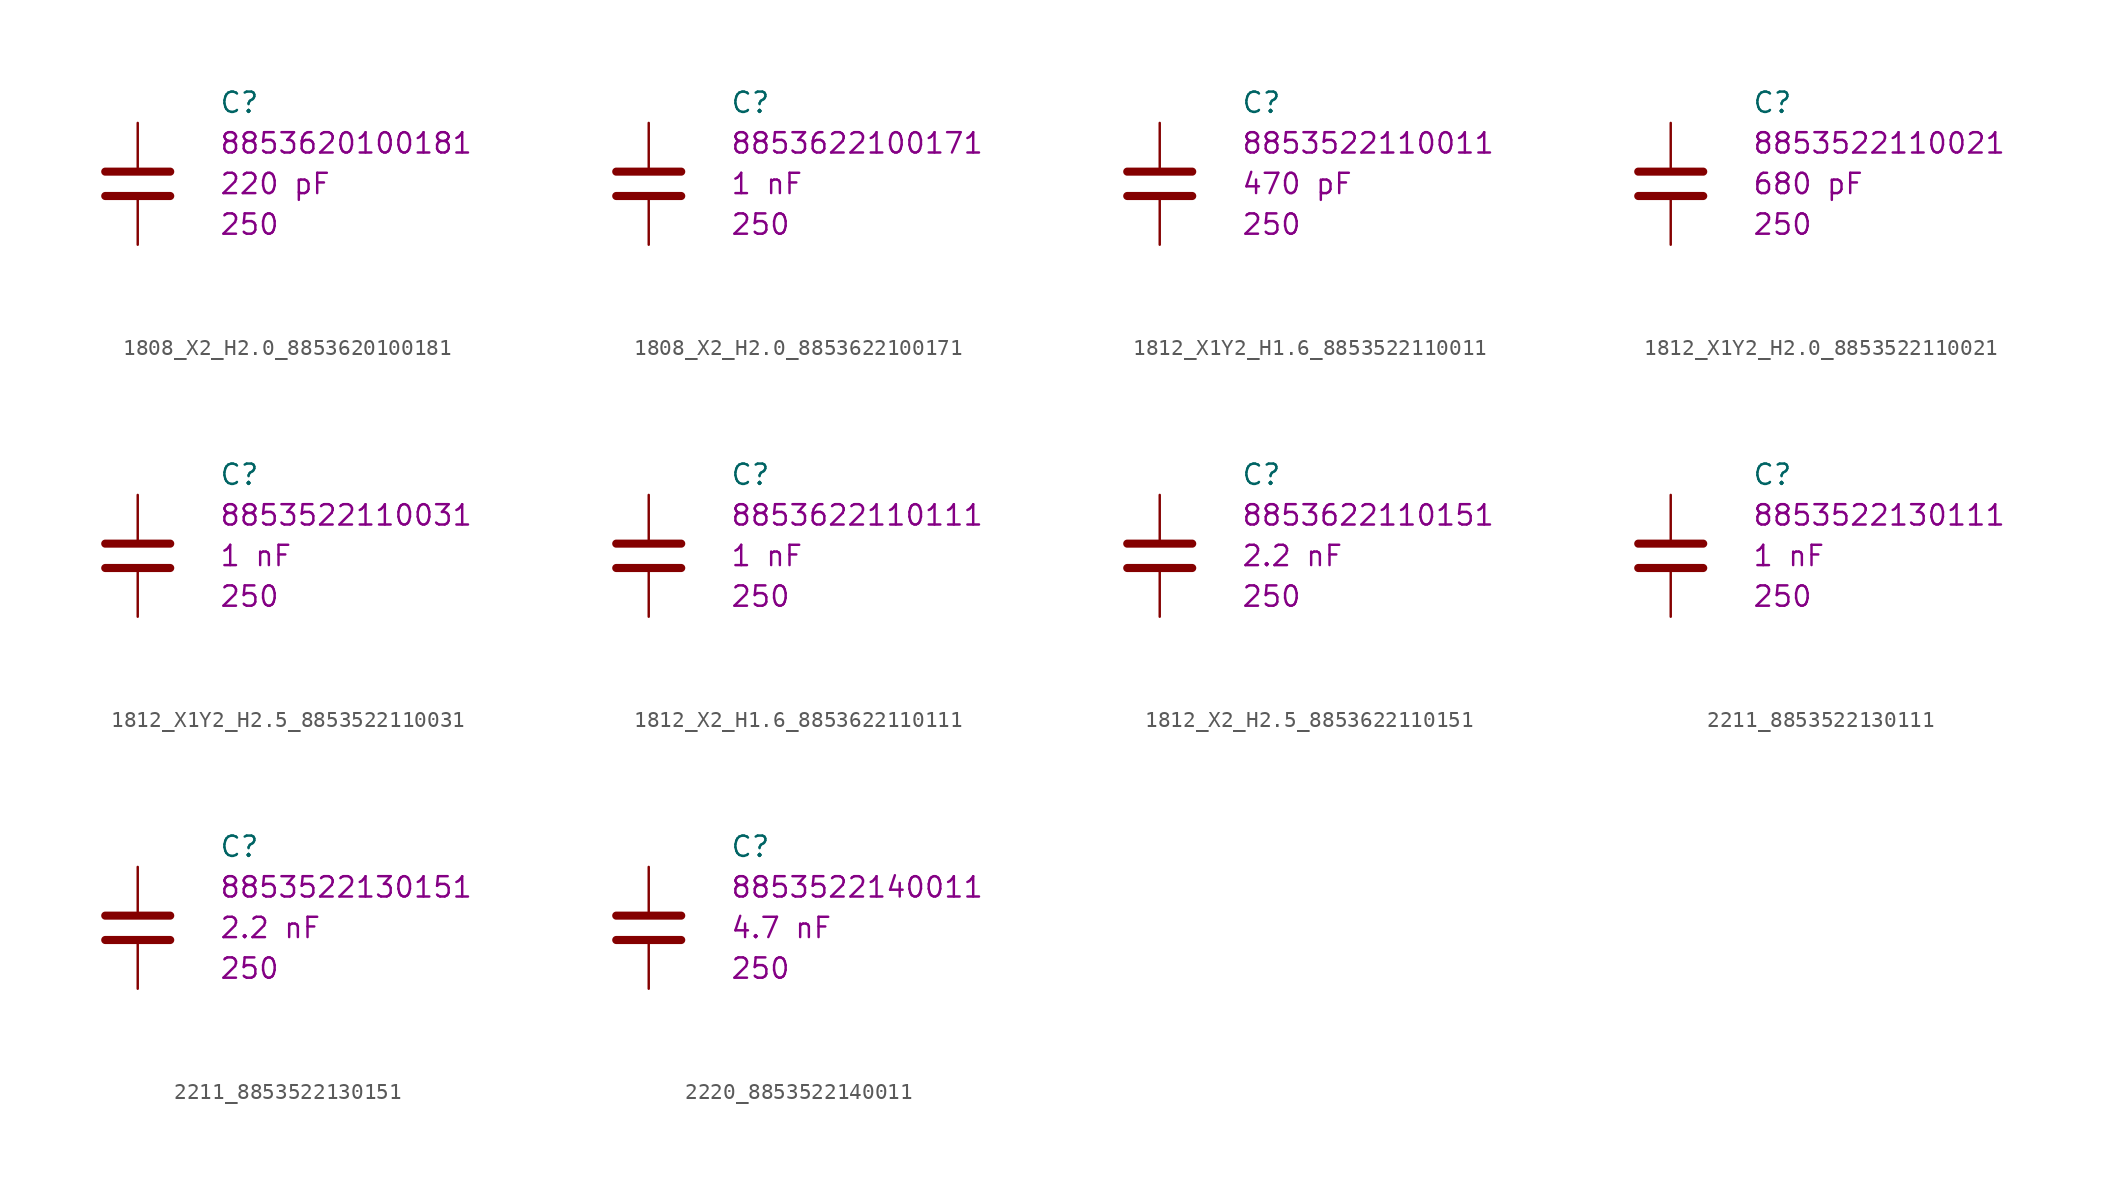
<source format=kicad_sym>
(kicad_symbol_lib
  (version 20220914)
  (generator kicad_symbol_editor)
  (symbol "1808_X2_H2.0_8853620100181"
    (pin_numbers hide)
    (pin_names hide)
    (property "Reference" "C"
      (at 5.08 5.08 0)
      (effects (font (size 1.27 1.27)) (justify left)))
    (property "Part Number" "8853620100181"
      (at 5.08 2.54 0)
      (effects (font (size 1.27 1.27)) (justify left)))
    (property "Capacitance" "220 pF"
      (at 5.08 0 0)
      (effects (font (size 1.27 1.27)) (justify left)))
    (property "Voltage" "250"
      (at 5.08 -2.54 0)
      (effects (font (size 1.27 1.27)) (justify left)))
    (property "Critical Parameter" ""
      (at 0 -7.62 0)
      (effects (font (size 1.27 1.27))))
    (symbol "1808_X2_H2.0_8853620100181_0_1"
      (polyline (pts (xy -2.032 -0.762) (xy 2.032 -0.762)) (stroke (width 0.508) (type default)) (fill (type none)))
      (polyline (pts (xy -2.032 0.762) (xy 2.032 0.762)) (stroke (width 0.508) (type default)) (fill (type none))))
    (symbol "1808_X2_H2.0_8853620100181_1_1"
      (pin passive line (at 0 3.81 270) (length 2.794) (name "1" (effects (font (size 1.27 1.27)))) (number "1" (effects (font (size 1.27 1.27)))))
      (pin passive line (at 0 -3.81 90) (length 2.794) (name "2" (effects (font (size 1.27 1.27)))) (number "2" (effects (font (size 1.27 1.27)))))))
  (symbol "1808_X2_H2.0_8853622100171"
    (pin_numbers hide)
    (pin_names hide)
    (property "Reference" "C"
      (at 5.08 5.08 0)
      (effects (font (size 1.27 1.27)) (justify left)))
    (property "Part Number" "8853622100171"
      (at 5.08 2.54 0)
      (effects (font (size 1.27 1.27)) (justify left)))
    (property "Capacitance" "1 nF"
      (at 5.08 0 0)
      (effects (font (size 1.27 1.27)) (justify left)))
    (property "Voltage" "250"
      (at 5.08 -2.54 0)
      (effects (font (size 1.27 1.27)) (justify left)))
    (property "Critical Parameter" ""
      (at 0 -7.62 0)
      (effects (font (size 1.27 1.27))))
    (symbol "1808_X2_H2.0_8853622100171_0_1"
      (polyline (pts (xy -2.032 -0.762) (xy 2.032 -0.762)) (stroke (width 0.508) (type default)) (fill (type none)))
      (polyline (pts (xy -2.032 0.762) (xy 2.032 0.762)) (stroke (width 0.508) (type default)) (fill (type none))))
    (symbol "1808_X2_H2.0_8853622100171_1_1"
      (pin passive line (at 0 3.81 270) (length 2.794) (name "1" (effects (font (size 1.27 1.27)))) (number "1" (effects (font (size 1.27 1.27)))))
      (pin passive line (at 0 -3.81 90) (length 2.794) (name "2" (effects (font (size 1.27 1.27)))) (number "2" (effects (font (size 1.27 1.27)))))))
  (symbol "1812_X1Y2_H1.6_8853522110011"
    (pin_numbers hide)
    (pin_names hide)
    (property "Reference" "C"
      (at 5.08 5.08 0)
      (effects (font (size 1.27 1.27)) (justify left)))
    (property "Part Number" "8853522110011"
      (at 5.08 2.54 0)
      (effects (font (size 1.27 1.27)) (justify left)))
    (property "Capacitance" "470 pF"
      (at 5.08 0 0)
      (effects (font (size 1.27 1.27)) (justify left)))
    (property "Voltage" "250"
      (at 5.08 -2.54 0)
      (effects (font (size 1.27 1.27)) (justify left)))
    (property "Critical Parameter" ""
      (at 0 -7.62 0)
      (effects (font (size 1.27 1.27))))
    (symbol "1812_X1Y2_H1.6_8853522110011_0_1"
      (polyline (pts (xy -2.032 -0.762) (xy 2.032 -0.762)) (stroke (width 0.508) (type default)) (fill (type none)))
      (polyline (pts (xy -2.032 0.762) (xy 2.032 0.762)) (stroke (width 0.508) (type default)) (fill (type none))))
    (symbol "1812_X1Y2_H1.6_8853522110011_1_1"
      (pin passive line (at 0 3.81 270) (length 2.794) (name "1" (effects (font (size 1.27 1.27)))) (number "1" (effects (font (size 1.27 1.27)))))
      (pin passive line (at 0 -3.81 90) (length 2.794) (name "2" (effects (font (size 1.27 1.27)))) (number "2" (effects (font (size 1.27 1.27)))))))
  (symbol "1812_X1Y2_H2.0_8853522110021"
    (pin_numbers hide)
    (pin_names hide)
    (property "Reference" "C"
      (at 5.08 5.08 0)
      (effects (font (size 1.27 1.27)) (justify left)))
    (property "Part Number" "8853522110021"
      (at 5.08 2.54 0)
      (effects (font (size 1.27 1.27)) (justify left)))
    (property "Capacitance" "680 pF"
      (at 5.08 0 0)
      (effects (font (size 1.27 1.27)) (justify left)))
    (property "Voltage" "250"
      (at 5.08 -2.54 0)
      (effects (font (size 1.27 1.27)) (justify left)))
    (property "Critical Parameter" ""
      (at 0 -7.62 0)
      (effects (font (size 1.27 1.27))))
    (symbol "1812_X1Y2_H2.0_8853522110021_0_1"
      (polyline (pts (xy -2.032 -0.762) (xy 2.032 -0.762)) (stroke (width 0.508) (type default)) (fill (type none)))
      (polyline (pts (xy -2.032 0.762) (xy 2.032 0.762)) (stroke (width 0.508) (type default)) (fill (type none))))
    (symbol "1812_X1Y2_H2.0_8853522110021_1_1"
      (pin passive line (at 0 3.81 270) (length 2.794) (name "1" (effects (font (size 1.27 1.27)))) (number "1" (effects (font (size 1.27 1.27)))))
      (pin passive line (at 0 -3.81 90) (length 2.794) (name "2" (effects (font (size 1.27 1.27)))) (number "2" (effects (font (size 1.27 1.27)))))))
  (symbol "1812_X1Y2_H2.5_8853522110031"
    (pin_numbers hide)
    (pin_names hide)
    (property "Reference" "C"
      (at 5.08 5.08 0)
      (effects (font (size 1.27 1.27)) (justify left)))
    (property "Part Number" "8853522110031"
      (at 5.08 2.54 0)
      (effects (font (size 1.27 1.27)) (justify left)))
    (property "Capacitance" "1 nF"
      (at 5.08 0 0)
      (effects (font (size 1.27 1.27)) (justify left)))
    (property "Voltage" "250"
      (at 5.08 -2.54 0)
      (effects (font (size 1.27 1.27)) (justify left)))
    (property "Critical Parameter" ""
      (at 0 -7.62 0)
      (effects (font (size 1.27 1.27))))
    (symbol "1812_X1Y2_H2.5_8853522110031_0_1"
      (polyline (pts (xy -2.032 -0.762) (xy 2.032 -0.762)) (stroke (width 0.508) (type default)) (fill (type none)))
      (polyline (pts (xy -2.032 0.762) (xy 2.032 0.762)) (stroke (width 0.508) (type default)) (fill (type none))))
    (symbol "1812_X1Y2_H2.5_8853522110031_1_1"
      (pin passive line (at 0 3.81 270) (length 2.794) (name "1" (effects (font (size 1.27 1.27)))) (number "1" (effects (font (size 1.27 1.27)))))
      (pin passive line (at 0 -3.81 90) (length 2.794) (name "2" (effects (font (size 1.27 1.27)))) (number "2" (effects (font (size 1.27 1.27)))))))
  (symbol "1812_X2_H1.6_8853622110111"
    (pin_numbers hide)
    (pin_names hide)
    (property "Reference" "C"
      (at 5.08 5.08 0)
      (effects (font (size 1.27 1.27)) (justify left)))
    (property "Part Number" "8853622110111"
      (at 5.08 2.54 0)
      (effects (font (size 1.27 1.27)) (justify left)))
    (property "Capacitance" "1 nF"
      (at 5.08 0 0)
      (effects (font (size 1.27 1.27)) (justify left)))
    (property "Voltage" "250"
      (at 5.08 -2.54 0)
      (effects (font (size 1.27 1.27)) (justify left)))
    (property "Critical Parameter" ""
      (at 0 -7.62 0)
      (effects (font (size 1.27 1.27))))
    (symbol "1812_X2_H1.6_8853622110111_0_1"
      (polyline (pts (xy -2.032 -0.762) (xy 2.032 -0.762)) (stroke (width 0.508) (type default)) (fill (type none)))
      (polyline (pts (xy -2.032 0.762) (xy 2.032 0.762)) (stroke (width 0.508) (type default)) (fill (type none))))
    (symbol "1812_X2_H1.6_8853622110111_1_1"
      (pin passive line (at 0 3.81 270) (length 2.794) (name "1" (effects (font (size 1.27 1.27)))) (number "1" (effects (font (size 1.27 1.27)))))
      (pin passive line (at 0 -3.81 90) (length 2.794) (name "2" (effects (font (size 1.27 1.27)))) (number "2" (effects (font (size 1.27 1.27)))))))
  (symbol "1812_X2_H2.5_8853622110151"
    (pin_numbers hide)
    (pin_names hide)
    (property "Reference" "C"
      (at 5.08 5.08 0)
      (effects (font (size 1.27 1.27)) (justify left)))
    (property "Part Number" "8853622110151"
      (at 5.08 2.54 0)
      (effects (font (size 1.27 1.27)) (justify left)))
    (property "Capacitance" "2.2 nF"
      (at 5.08 0 0)
      (effects (font (size 1.27 1.27)) (justify left)))
    (property "Voltage" "250"
      (at 5.08 -2.54 0)
      (effects (font (size 1.27 1.27)) (justify left)))
    (property "Critical Parameter" ""
      (at 0 -7.62 0)
      (effects (font (size 1.27 1.27))))
    (symbol "1812_X2_H2.5_8853622110151_0_1"
      (polyline (pts (xy -2.032 -0.762) (xy 2.032 -0.762)) (stroke (width 0.508) (type default)) (fill (type none)))
      (polyline (pts (xy -2.032 0.762) (xy 2.032 0.762)) (stroke (width 0.508) (type default)) (fill (type none))))
    (symbol "1812_X2_H2.5_8853622110151_1_1"
      (pin passive line (at 0 3.81 270) (length 2.794) (name "1" (effects (font (size 1.27 1.27)))) (number "1" (effects (font (size 1.27 1.27)))))
      (pin passive line (at 0 -3.81 90) (length 2.794) (name "2" (effects (font (size 1.27 1.27)))) (number "2" (effects (font (size 1.27 1.27)))))))
  (symbol "2211_8853522130111"
    (pin_numbers hide)
    (pin_names hide)
    (property "Reference" "C"
      (at 5.08 5.08 0)
      (effects (font (size 1.27 1.27)) (justify left)))
    (property "Part Number" "8853522130111"
      (at 5.08 2.54 0)
      (effects (font (size 1.27 1.27)) (justify left)))
    (property "Capacitance" "1 nF"
      (at 5.08 0 0)
      (effects (font (size 1.27 1.27)) (justify left)))
    (property "Voltage" "250"
      (at 5.08 -2.54 0)
      (effects (font (size 1.27 1.27)) (justify left)))
    (property "Critical Parameter" ""
      (at 0 -7.62 0)
      (effects (font (size 1.27 1.27))))
    (symbol "2211_8853522130111_0_1"
      (polyline (pts (xy -2.032 -0.762) (xy 2.032 -0.762)) (stroke (width 0.508) (type default)) (fill (type none)))
      (polyline (pts (xy -2.032 0.762) (xy 2.032 0.762)) (stroke (width 0.508) (type default)) (fill (type none))))
    (symbol "2211_8853522130111_1_1"
      (pin passive line (at 0 3.81 270) (length 2.794) (name "1" (effects (font (size 1.27 1.27)))) (number "1" (effects (font (size 1.27 1.27)))))
      (pin passive line (at 0 -3.81 90) (length 2.794) (name "2" (effects (font (size 1.27 1.27)))) (number "2" (effects (font (size 1.27 1.27)))))))
  (symbol "2211_8853522130151"
    (pin_numbers hide)
    (pin_names hide)
    (property "Reference" "C"
      (at 5.08 5.08 0)
      (effects (font (size 1.27 1.27)) (justify left)))
    (property "Part Number" "8853522130151"
      (at 5.08 2.54 0)
      (effects (font (size 1.27 1.27)) (justify left)))
    (property "Capacitance" "2.2 nF"
      (at 5.08 0 0)
      (effects (font (size 1.27 1.27)) (justify left)))
    (property "Voltage" "250"
      (at 5.08 -2.54 0)
      (effects (font (size 1.27 1.27)) (justify left)))
    (property "Critical Parameter" ""
      (at 0 -7.62 0)
      (effects (font (size 1.27 1.27))))
    (symbol "2211_8853522130151_0_1"
      (polyline (pts (xy -2.032 -0.762) (xy 2.032 -0.762)) (stroke (width 0.508) (type default)) (fill (type none)))
      (polyline (pts (xy -2.032 0.762) (xy 2.032 0.762)) (stroke (width 0.508) (type default)) (fill (type none))))
    (symbol "2211_8853522130151_1_1"
      (pin passive line (at 0 3.81 270) (length 2.794) (name "1" (effects (font (size 1.27 1.27)))) (number "1" (effects (font (size 1.27 1.27)))))
      (pin passive line (at 0 -3.81 90) (length 2.794) (name "2" (effects (font (size 1.27 1.27)))) (number "2" (effects (font (size 1.27 1.27)))))))
  (symbol "2220_8853522140011"
    (pin_numbers hide)
    (pin_names hide)
    (property "Reference" "C"
      (at 5.08 5.08 0)
      (effects (font (size 1.27 1.27)) (justify left)))
    (property "Part Number" "8853522140011"
      (at 5.08 2.54 0)
      (effects (font (size 1.27 1.27)) (justify left)))
    (property "Capacitance" "4.7 nF"
      (at 5.08 0 0)
      (effects (font (size 1.27 1.27)) (justify left)))
    (property "Voltage" "250"
      (at 5.08 -2.54 0)
      (effects (font (size 1.27 1.27)) (justify left)))
    (property "Critical Parameter" ""
      (at 0 -7.62 0)
      (effects (font (size 1.27 1.27))))
    (symbol "2220_8853522140011_0_1"
      (polyline (pts (xy -2.032 -0.762) (xy 2.032 -0.762)) (stroke (width 0.508) (type default)) (fill (type none)))
      (polyline (pts (xy -2.032 0.762) (xy 2.032 0.762)) (stroke (width 0.508) (type default)) (fill (type none))))
    (symbol "2220_8853522140011_1_1"
      (pin passive line (at 0 3.81 270) (length 2.794) (name "1" (effects (font (size 1.27 1.27)))) (number "1" (effects (font (size 1.27 1.27)))))
      (pin passive line (at 0 -3.81 90) (length 2.794) (name "2" (effects (font (size 1.27 1.27)))) (number "2" (effects (font (size 1.27 1.27))))))))
</source>
